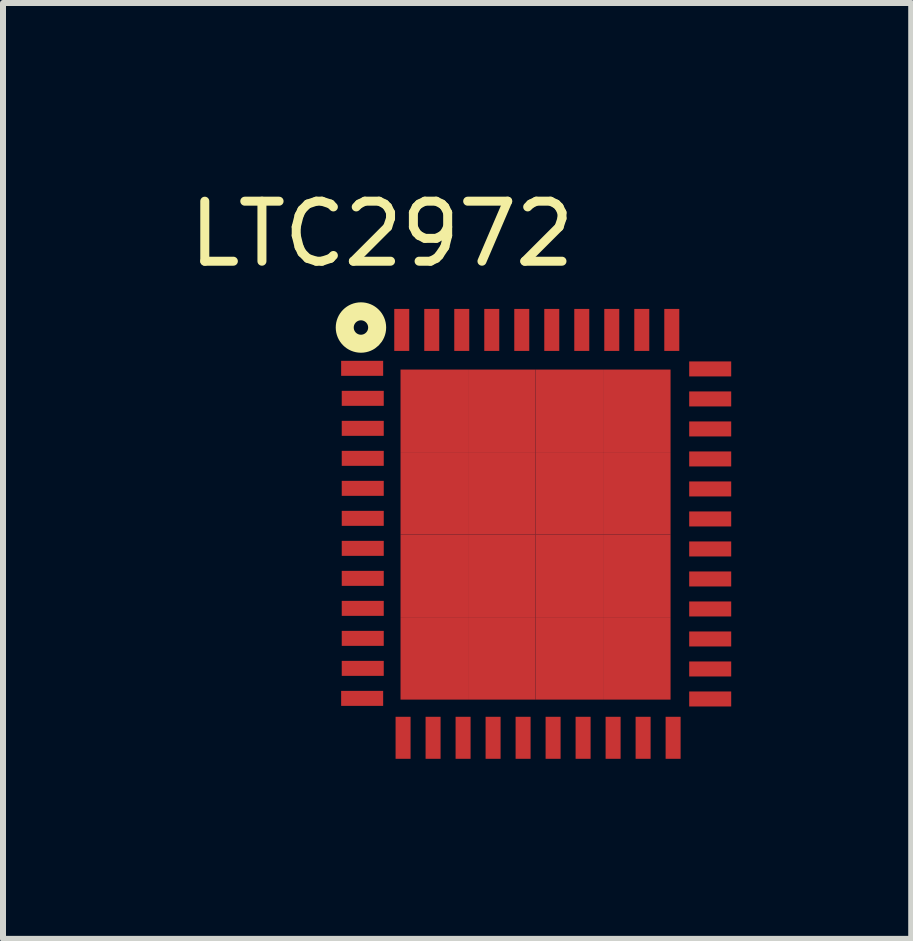
<source format=kicad_pcb>
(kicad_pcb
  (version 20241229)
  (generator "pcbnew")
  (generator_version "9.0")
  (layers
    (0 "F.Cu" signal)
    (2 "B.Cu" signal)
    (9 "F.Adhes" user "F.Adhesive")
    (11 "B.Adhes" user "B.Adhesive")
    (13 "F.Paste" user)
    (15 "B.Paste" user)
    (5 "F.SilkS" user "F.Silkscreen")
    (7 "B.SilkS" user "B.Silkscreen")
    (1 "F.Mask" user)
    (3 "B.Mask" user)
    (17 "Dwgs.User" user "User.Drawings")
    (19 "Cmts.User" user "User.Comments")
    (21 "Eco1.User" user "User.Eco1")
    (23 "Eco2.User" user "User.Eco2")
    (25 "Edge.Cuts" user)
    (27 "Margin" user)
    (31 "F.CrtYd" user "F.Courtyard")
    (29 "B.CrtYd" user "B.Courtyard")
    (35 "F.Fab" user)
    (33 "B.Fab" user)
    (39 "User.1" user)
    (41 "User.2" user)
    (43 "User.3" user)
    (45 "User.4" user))
  (footprint "LTC2972"
    (layer "F.Cu")
    (at 5.935 5.588)
    (property "Reference" "LTC2972" (at -2.62 -4.74 0) (layer "F.SilkS") (effects (font (size 1 1) (thickness 0.15))))
    (attr smd)
    (fp_circle (center -2.97 -3.18) (end -2.85 -3.18) (stroke (width 0.3) (type solid)) (fill no) (layer "F.SilkS"))
    (pad "1" smd rect (at -2.95 -2.5 90) (size 0.25 0.7) (layers "F.Cu" "F.Mask" "F.Paste"))
    (pad "2" smd rect (at -2.94 -2 90) (size 0.25 0.7) (layers "F.Cu" "F.Mask" "F.Paste"))
    (pad "3" smd rect (at -2.94 -1.5 90) (size 0.25 0.7) (layers "F.Cu" "F.Mask" "F.Paste"))
    (pad "4" smd rect (at -2.94 -1 90) (size 0.25 0.7) (layers "F.Cu" "F.Mask" "F.Paste"))
    (pad "5" smd rect (at -2.94 -0.5 90) (size 0.25 0.7) (layers "F.Cu" "F.Mask" "F.Paste"))
    (pad "6" smd rect (at -2.94 0 90) (size 0.25 0.7) (layers "F.Cu" "F.Mask" "F.Paste"))
    (pad "7" smd rect (at -2.94 0.5 90) (size 0.25 0.7) (layers "F.Cu" "F.Mask" "F.Paste"))
    (pad "8" smd rect (at -2.94 1 90) (size 0.25 0.7) (layers "F.Cu" "F.Mask" "F.Paste"))
    (pad "9" smd rect (at -2.94 1.5 90) (size 0.25 0.7) (layers "F.Cu" "F.Mask" "F.Paste"))
    (pad "10" smd rect (at -2.94 2 90) (size 0.25 0.7) (layers "F.Cu" "F.Mask" "F.Paste"))
    (pad "11" smd rect (at -2.94 2.5 90) (size 0.25 0.7) (layers "F.Cu" "F.Mask" "F.Paste"))
    (pad "12" smd rect (at -2.95 3 90) (size 0.25 0.7) (layers "F.Cu" "F.Mask" "F.Paste"))
    (pad "13" smd rect (at -2.268 3.657) (size 0.25 0.7) (layers "F.Cu" "F.Mask" "F.Paste"))
    (pad "14" smd rect (at -1.768 3.657) (size 0.25 0.7) (layers "F.Cu" "F.Mask" "F.Paste"))
    (pad "15" smd rect (at -1.268 3.657) (size 0.25 0.7) (layers "F.Cu" "F.Mask" "F.Paste"))
    (pad "16" smd rect (at -0.768 3.657) (size 0.25 0.7) (layers "F.Cu" "F.Mask" "F.Paste"))
    (pad "17" smd rect (at -0.268 3.657) (size 0.25 0.7) (layers "F.Cu" "F.Mask" "F.Paste"))
    (pad "18" smd rect (at 0.232 3.657) (size 0.25 0.7) (layers "F.Cu" "F.Mask" "F.Paste"))
    (pad "19" smd rect (at 0.732 3.657) (size 0.25 0.7) (layers "F.Cu" "F.Mask" "F.Paste"))
    (pad "20" smd rect (at 1.232 3.657) (size 0.25 0.7) (layers "F.Cu" "F.Mask" "F.Paste"))
    (pad "21" smd rect (at 1.732 3.657) (size 0.25 0.7) (layers "F.Cu" "F.Mask" "F.Paste"))
    (pad "22" smd rect (at 2.232 3.657) (size 0.25 0.7) (layers "F.Cu" "F.Mask" "F.Paste"))
    (pad "23" smd rect (at 2.85 3.01 90) (size 0.25 0.7) (layers "F.Cu" "F.Mask" "F.Paste"))
    (pad "24" smd rect (at 2.85 2.51 90) (size 0.25 0.7) (layers "F.Cu" "F.Mask" "F.Paste"))
    (pad "25" smd rect (at 2.85 2.01 90) (size 0.25 0.7) (layers "F.Cu" "F.Mask" "F.Paste"))
    (pad "26" smd rect (at 2.85 1.51 90) (size 0.25 0.7) (layers "F.Cu" "F.Mask" "F.Paste"))
    (pad "27" smd rect (at 2.85 1.01 90) (size 0.25 0.7) (layers "F.Cu" "F.Mask" "F.Paste"))
    (pad "28" smd rect (at 2.85 0.51 90) (size 0.25 0.7) (layers "F.Cu" "F.Mask" "F.Paste"))
    (pad "29" smd rect (at 2.85 0.01 90) (size 0.25 0.7) (layers "F.Cu" "F.Mask" "F.Paste"))
    (pad "30" smd rect (at 2.85 -0.49 90) (size 0.25 0.7) (layers "F.Cu" "F.Mask" "F.Paste"))
    (pad "31" smd rect (at 2.85 -0.99 90) (size 0.25 0.7) (layers "F.Cu" "F.Mask" "F.Paste"))
    (pad "32" smd rect (at 2.85 -1.49 90) (size 0.25 0.7) (layers "F.Cu" "F.Mask" "F.Paste"))
    (pad "33" smd rect (at 2.85 -1.99 90) (size 0.25 0.7) (layers "F.Cu" "F.Mask" "F.Paste"))
    (pad "34" smd rect (at 2.85 -2.49 90) (size 0.25 0.7) (layers "F.Cu" "F.Mask" "F.Paste"))
    (pad "35" smd rect (at 2.21 -3.14) (size 0.25 0.7) (layers "F.Cu" "F.Mask" "F.Paste"))
    (pad "36" smd rect (at 1.71 -3.14) (size 0.25 0.7) (layers "F.Cu" "F.Mask" "F.Paste"))
    (pad "37" smd rect (at 1.21 -3.14) (size 0.25 0.7) (layers "F.Cu" "F.Mask" "F.Paste"))
    (pad "38" smd rect (at 0.71 -3.14) (size 0.25 0.7) (layers "F.Cu" "F.Mask" "F.Paste"))
    (pad "39" smd rect (at 0.21 -3.14) (size 0.25 0.7) (layers "F.Cu" "F.Mask" "F.Paste"))
    (pad "40" smd rect (at -0.29 -3.14) (size 0.25 0.7) (layers "F.Cu" "F.Mask" "F.Paste"))
    (pad "41" smd rect (at -0.79 -3.14) (size 0.25 0.7) (layers "F.Cu" "F.Mask" "F.Paste"))
    (pad "42" smd rect (at -1.29 -3.14) (size 0.25 0.7) (layers "F.Cu" "F.Mask" "F.Paste"))
    (pad "43" smd rect (at -1.79 -3.14) (size 0.25 0.7) (layers "F.Cu" "F.Mask" "F.Paste"))
    (pad "44" smd rect (at -2.29 -3.14) (size 0.25 0.7) (layers "F.Cu" "F.Mask" "F.Paste"))
    (pad "45" smd rect (at -1.748 -1.792 90) (size 1.375 1.125) (layers "F.Cu" "F.Mask" "F.Paste"))
    (pad "45" smd rect (at -1.748 -0.417 90) (size 1.375 1.125) (layers "F.Cu" "F.Mask" "F.Paste"))
    (pad "45" smd rect (at -1.748 0.958 90) (size 1.375 1.125) (layers "F.Cu" "F.Mask" "F.Paste"))
    (pad "45" smd rect (at -1.748 2.333 90) (size 1.375 1.125) (layers "F.Cu" "F.Mask" "F.Paste"))
    (pad "45" smd rect (at -0.623 -1.792 90) (size 1.375 1.125) (layers "F.Cu" "F.Mask" "F.Paste"))
    (pad "45" smd rect (at -0.623 -0.417 90) (size 1.375 1.125) (layers "F.Cu" "F.Mask" "F.Paste"))
    (pad "45" smd rect (at -0.623 0.958 90) (size 1.375 1.125) (layers "F.Cu" "F.Mask" "F.Paste"))
    (pad "45" smd rect (at -0.623 2.333 90) (size 1.375 1.125) (layers "F.Cu" "F.Mask" "F.Paste"))
    (pad "45" smd rect (at 0.502 -1.792 90) (size 1.375 1.125) (layers "F.Cu" "F.Mask" "F.Paste"))
    (pad "45" smd rect (at 0.502 -0.417 90) (size 1.375 1.125) (layers "F.Cu" "F.Mask" "F.Paste"))
    (pad "45" smd rect (at 0.502 0.958 90) (size 1.375 1.125) (layers "F.Cu" "F.Mask" "F.Paste"))
    (pad "45" smd rect (at 0.502 2.333 90) (size 1.375 1.125) (layers "F.Cu" "F.Mask" "F.Paste"))
    (pad "45" smd rect (at 1.627 -1.792 90) (size 1.375 1.125) (layers "F.Cu" "F.Mask" "F.Paste"))
    (pad "45" smd rect (at 1.627 -0.417 90) (size 1.375 1.125) (layers "F.Cu" "F.Mask" "F.Paste"))
    (pad "45" smd rect (at 1.627 0.958 90) (size 1.375 1.125) (layers "F.Cu" "F.Mask" "F.Paste"))
    (pad "45" smd rect (at 1.627 2.333 90) (size 1.375 1.125) (layers "F.Cu" "F.Mask" "F.Paste")))
  (gr_rect
    (start -3 -3)
    (end 12.135 12.596)
    (stroke (width 0.1) (type default))
    (fill no)
    (layer "Edge.Cuts")))
</source>
